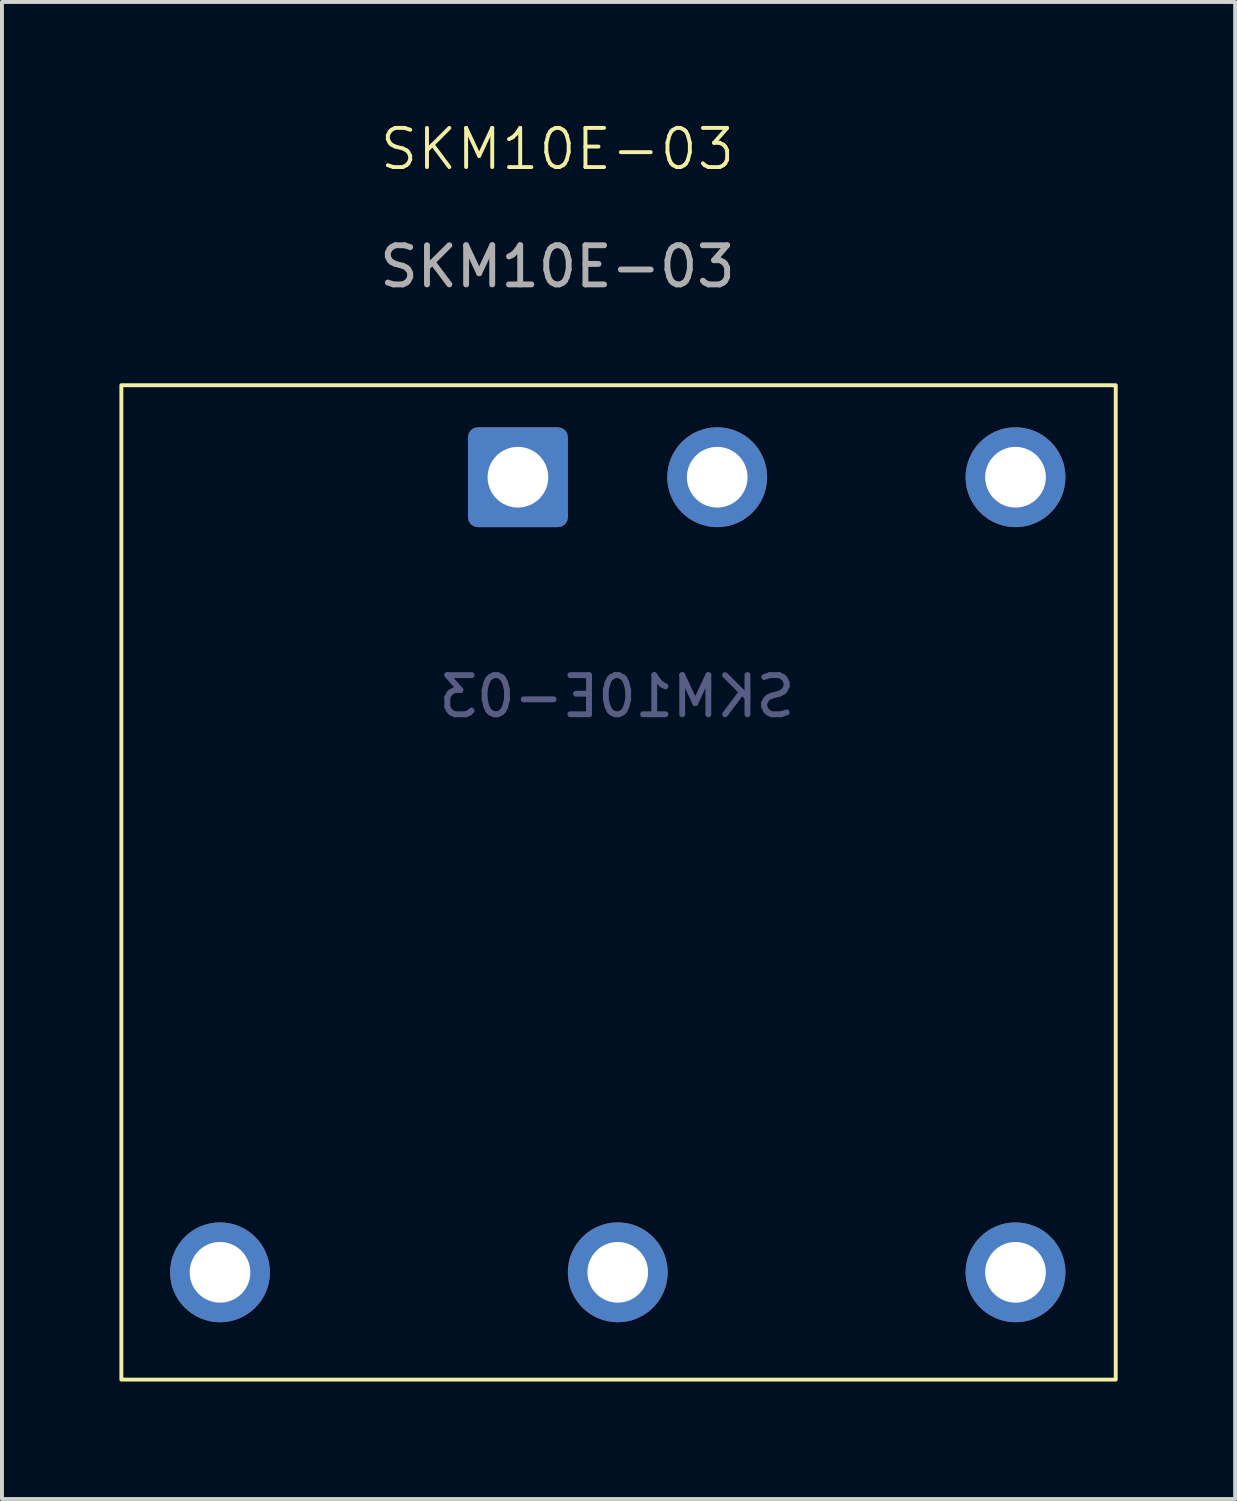
<source format=kicad_pcb>
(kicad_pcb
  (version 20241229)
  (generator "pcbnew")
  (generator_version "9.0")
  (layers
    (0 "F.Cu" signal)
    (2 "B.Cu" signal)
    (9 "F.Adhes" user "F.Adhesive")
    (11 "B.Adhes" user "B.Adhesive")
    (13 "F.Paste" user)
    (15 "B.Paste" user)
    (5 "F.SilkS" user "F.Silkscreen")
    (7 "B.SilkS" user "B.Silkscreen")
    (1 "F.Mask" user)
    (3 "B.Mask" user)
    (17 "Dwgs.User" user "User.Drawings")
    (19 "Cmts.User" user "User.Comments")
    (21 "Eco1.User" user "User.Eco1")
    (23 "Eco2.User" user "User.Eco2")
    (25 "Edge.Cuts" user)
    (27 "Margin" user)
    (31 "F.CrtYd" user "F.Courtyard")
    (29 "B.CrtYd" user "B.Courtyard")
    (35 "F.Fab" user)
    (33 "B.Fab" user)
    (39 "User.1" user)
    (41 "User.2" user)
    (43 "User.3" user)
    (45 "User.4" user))
  (footprint "SKM10E-03"
    (layer "F.Cu")
    (at 11.19 1.26)
    (property "Reference" "SKM10E-03" (at 0 -0.5 0) (unlocked yes) (layer "F.SilkS") (effects (font (size 1 1) (thickness 0.1))))
    (attr through_hole)
    (fp_rect (start -11.14 30.93) (end 14.26 5.53) (stroke (width 0.1) (type default)) (fill no) (layer "F.SilkS"))
    (fp_text user "${REFERENCE}" (at 1.52 13.48 0) (unlocked yes) (layer "B.Fab") (effects (font (size 1 1) (thickness 0.15)) (justify mirror)))
    (fp_text user "${REFERENCE}" (at 0 2.5 0) (unlocked yes) (layer "F.Fab") (effects (font (size 1 1) (thickness 0.15))))
    (pad "1" thru_hole roundrect (at -1.01 7.88 180) (size 2.55 2.55) (drill 1.55) (layers "*.Cu" "*.Mask") (roundrect_rratio 0.098))
    (pad "2" thru_hole circle (at 4.08 7.88 180) (size 2.55 2.55) (drill 1.55) (layers "*.Cu" "*.Mask"))
    (pad "3" thru_hole circle (at -8.62 28.19 180) (size 2.55 2.55) (drill 1.55) (layers "*.Cu" "*.Mask"))
    (pad "4" thru_hole circle (at 1.54 28.19 180) (size 2.55 2.55) (drill 1.55) (layers "*.Cu" "*.Mask"))
    (pad "5" thru_hole circle (at 11.7 28.19 180) (size 2.55 2.55) (drill 1.55) (layers "*.Cu" "*.Mask"))
    (pad "6" thru_hole circle (at 11.7 7.88 180) (size 2.55 2.55) (drill 1.55) (layers "*.Cu" "*.Mask")))
  (gr_rect
    (start -3 -3)
    (end 28.5 35.24)
    (stroke (width 0.1) (type default))
    (fill no)
    (layer "Edge.Cuts")))
</source>
